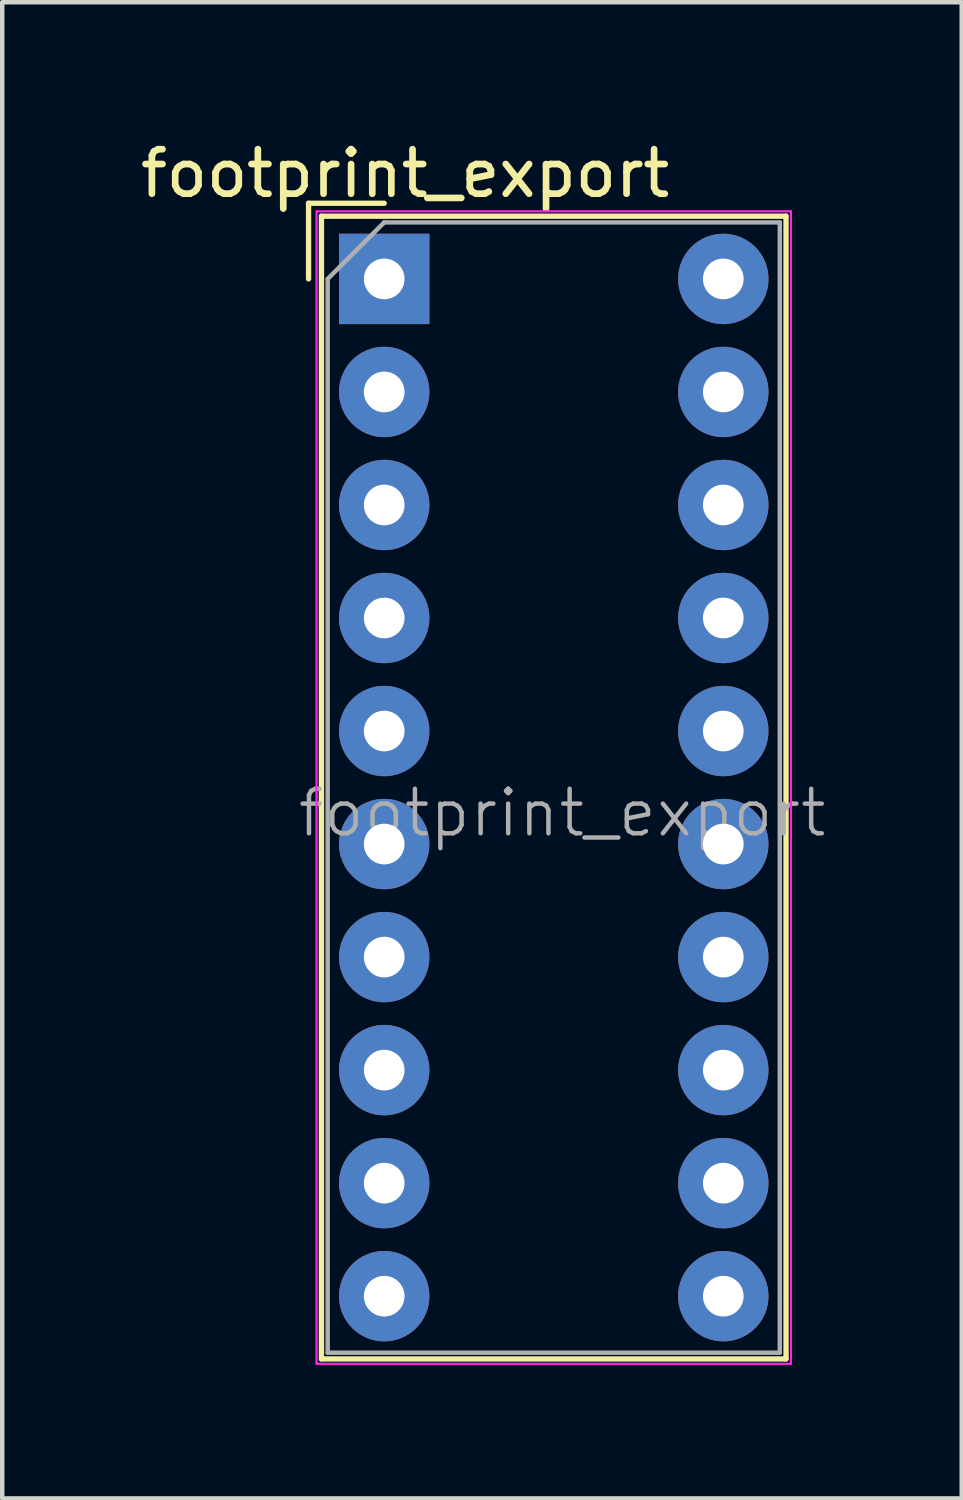
<source format=kicad_pcb>
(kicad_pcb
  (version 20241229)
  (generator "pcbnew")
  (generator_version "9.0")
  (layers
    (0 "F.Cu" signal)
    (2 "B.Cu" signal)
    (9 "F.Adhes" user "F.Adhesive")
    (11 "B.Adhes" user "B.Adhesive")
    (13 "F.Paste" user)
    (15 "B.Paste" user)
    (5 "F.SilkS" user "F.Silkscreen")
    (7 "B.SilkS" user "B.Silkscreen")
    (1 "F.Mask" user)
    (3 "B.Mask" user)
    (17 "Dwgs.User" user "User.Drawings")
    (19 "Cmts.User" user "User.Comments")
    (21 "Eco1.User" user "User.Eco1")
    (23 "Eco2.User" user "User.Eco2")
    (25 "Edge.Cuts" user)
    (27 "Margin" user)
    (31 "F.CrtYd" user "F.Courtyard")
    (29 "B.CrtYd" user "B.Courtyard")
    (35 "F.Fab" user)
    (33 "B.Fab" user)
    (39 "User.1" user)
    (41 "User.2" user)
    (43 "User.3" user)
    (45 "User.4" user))
  (footprint "footprint_export"
    (layer "F.Cu")
    (at 5.584 3.218)
    (property "Reference" "footprint_export" (at 0.47 -2.37 0) (layer "F.SilkS") (effects (font (size 1 1) (thickness 0.15))))
    (attr through_hole)
    (fp_line (start -1.7 -1.7) (end -1.7 0) (stroke (width 0.12) (type solid)) (layer "F.SilkS"))
    (fp_line (start -1.41 -1.41) (end 9.03 -1.41) (stroke (width 0.12) (type solid)) (layer "F.SilkS"))
    (fp_line (start -1.41 24.27) (end -1.41 -1.41) (stroke (width 0.12) (type solid)) (layer "F.SilkS"))
    (fp_line (start 0 -1.7) (end -1.7 -1.7) (stroke (width 0.12) (type solid)) (layer "F.SilkS"))
    (fp_line (start 9.03 -1.41) (end 9.03 24.27) (stroke (width 0.12) (type solid)) (layer "F.SilkS"))
    (fp_line (start 9.03 24.27) (end -1.41 24.27) (stroke (width 0.12) (type solid)) (layer "F.SilkS"))
    (fp_line (start -1.52 -1.52) (end -1.52 24.38) (stroke (width 0.05) (type solid)) (layer "F.CrtYd"))
    (fp_line (start -1.52 -1.52) (end 9.14 -1.52) (stroke (width 0.05) (type solid)) (layer "F.CrtYd"))
    (fp_line (start -1.52 24.38) (end 9.14 24.38) (stroke (width 0.05) (type solid)) (layer "F.CrtYd"))
    (fp_line (start 9.14 24.38) (end 9.14 -1.52) (stroke (width 0.05) (type solid)) (layer "F.CrtYd"))
    (fp_line (start -1.27 0) (end -1.27 24.13) (stroke (width 0.1) (type solid)) (layer "F.Fab"))
    (fp_line (start -1.27 24.13) (end 8.89 24.13) (stroke (width 0.1) (type solid)) (layer "F.Fab"))
    (fp_line (start 0 -1.27) (end -1.27 0) (stroke (width 0.1) (type solid)) (layer "F.Fab"))
    (fp_line (start 0 -1.27) (end 8.89 -1.27) (stroke (width 0.1) (type solid)) (layer "F.Fab"))
    (fp_line (start 8.89 -1.27) (end 8.89 24.13) (stroke (width 0.1) (type solid)) (layer "F.Fab"))
    (fp_text user "${REFERENCE}" (at 4 12 0) (layer "F.Fab") (effects (font (size 1 1) (thickness 0.1))))
    (pad "1" thru_hole rect (at 0 0 270) (size 2.032 2.032) (drill 0.914) (layers "*.Cu" "*.Mask"))
    (pad "2" thru_hole circle (at 0 2.54 270) (size 2.032 2.032) (drill 0.914) (layers "*.Cu" "*.Mask"))
    (pad "3" thru_hole circle (at 0 5.08 270) (size 2.032 2.032) (drill 0.914) (layers "*.Cu" "*.Mask"))
    (pad "4" thru_hole circle (at 0 7.62 270) (size 2.032 2.032) (drill 0.914) (layers "*.Cu" "*.Mask"))
    (pad "5" thru_hole circle (at 0 10.16 270) (size 2.032 2.032) (drill 0.914) (layers "*.Cu" "*.Mask"))
    (pad "6" thru_hole circle (at 0 12.7 270) (size 2.032 2.032) (drill 0.914) (layers "*.Cu" "*.Mask"))
    (pad "7" thru_hole circle (at 0 15.24 270) (size 2.032 2.032) (drill 0.914) (layers "*.Cu" "*.Mask"))
    (pad "8" thru_hole circle (at 0 17.78 270) (size 2.032 2.032) (drill 0.914) (layers "*.Cu" "*.Mask"))
    (pad "9" thru_hole circle (at 0 20.32 270) (size 2.032 2.032) (drill 0.914) (layers "*.Cu" "*.Mask"))
    (pad "10" thru_hole circle (at 0 22.86 270) (size 2.032 2.032) (drill 0.914) (layers "*.Cu" "*.Mask"))
    (pad "11" thru_hole circle (at 7.62 22.86 270) (size 2.032 2.032) (drill 0.914) (layers "*.Cu" "*.Mask"))
    (pad "12" thru_hole circle (at 7.62 20.32 270) (size 2.032 2.032) (drill 0.914) (layers "*.Cu" "*.Mask"))
    (pad "13" thru_hole circle (at 7.62 17.78 270) (size 2.032 2.032) (drill 0.914) (layers "*.Cu" "*.Mask"))
    (pad "14" thru_hole circle (at 7.62 15.24 270) (size 2.032 2.032) (drill 0.914) (layers "*.Cu" "*.Mask"))
    (pad "15" thru_hole circle (at 7.62 12.7 270) (size 2.032 2.032) (drill 0.914) (layers "*.Cu" "*.Mask"))
    (pad "16" thru_hole circle (at 7.62 10.16 270) (size 2.032 2.032) (drill 0.914) (layers "*.Cu" "*.Mask"))
    (pad "17" thru_hole circle (at 7.62 7.62 270) (size 2.032 2.032) (drill 0.914) (layers "*.Cu" "*.Mask"))
    (pad "18" thru_hole circle (at 7.62 5.08 270) (size 2.032 2.032) (drill 0.914) (layers "*.Cu" "*.Mask"))
    (pad "19" thru_hole circle (at 7.62 2.54 270) (size 2.032 2.032) (drill 0.914) (layers "*.Cu" "*.Mask"))
    (pad "20" thru_hole circle (at 7.62 0 270) (size 2.032 2.032) (drill 0.914) (layers "*.Cu" "*.Mask")))
  (gr_rect
    (start -3 -3)
    (end 18.562 30.623)
    (stroke (width 0.1) (type default))
    (fill no)
    (layer "Edge.Cuts")))
</source>
